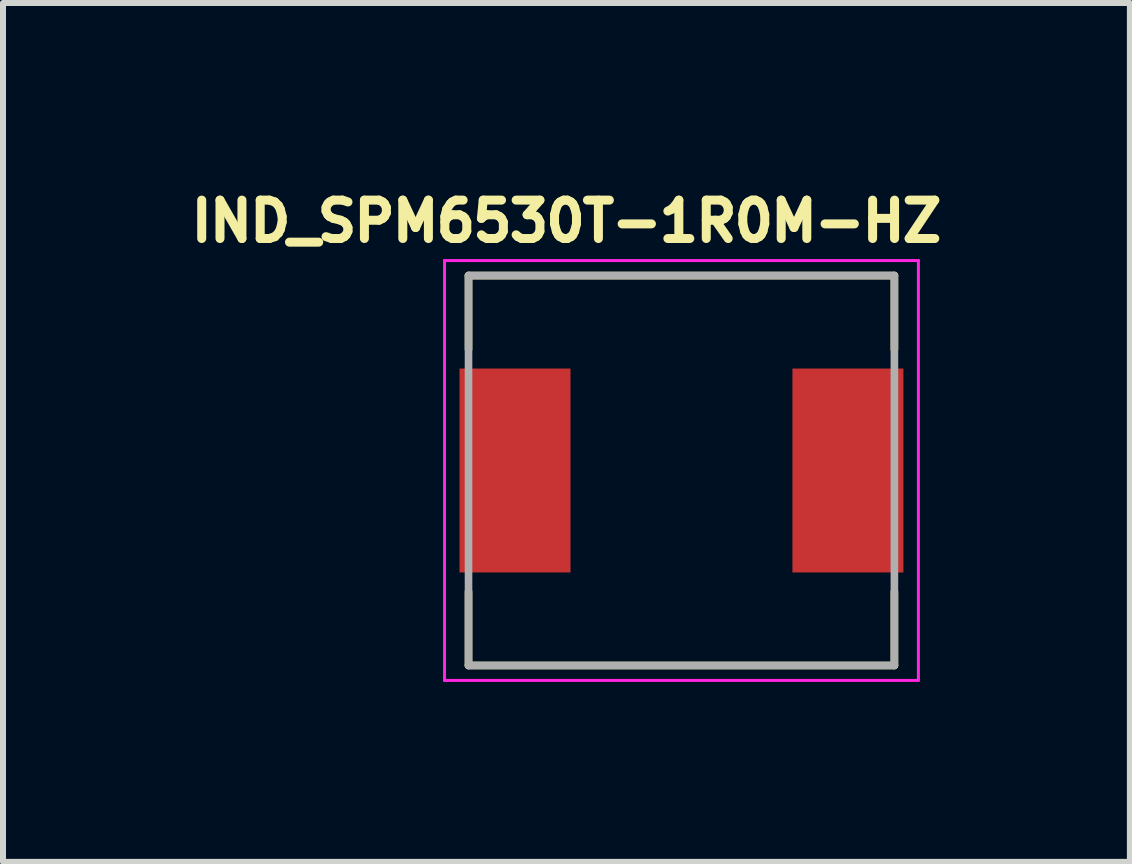
<source format=kicad_pcb>
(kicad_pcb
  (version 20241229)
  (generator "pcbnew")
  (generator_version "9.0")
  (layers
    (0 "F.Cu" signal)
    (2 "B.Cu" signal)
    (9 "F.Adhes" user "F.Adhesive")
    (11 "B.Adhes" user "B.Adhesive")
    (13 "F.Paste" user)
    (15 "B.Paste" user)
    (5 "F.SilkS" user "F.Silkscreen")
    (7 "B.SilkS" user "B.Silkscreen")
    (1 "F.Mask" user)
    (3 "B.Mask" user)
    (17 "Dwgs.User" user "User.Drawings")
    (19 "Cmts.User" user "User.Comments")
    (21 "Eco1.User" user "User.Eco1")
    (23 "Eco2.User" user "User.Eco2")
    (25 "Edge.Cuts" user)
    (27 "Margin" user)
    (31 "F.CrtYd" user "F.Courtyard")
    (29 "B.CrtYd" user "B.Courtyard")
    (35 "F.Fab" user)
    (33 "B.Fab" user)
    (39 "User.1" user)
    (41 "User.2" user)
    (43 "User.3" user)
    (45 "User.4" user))
  (footprint "IND_SPM6530T-1R0M-HZ"
    (layer "F.Cu")
    (at 8.311 4.794)
    (property "Reference" "IND_SPM6530T-1R0M-HZ" (at -1.918 -4.156 0) (layer "F.SilkS") (effects (font (size 0.64 0.64) (thickness 0.15))))
    (attr smd)
    (fp_line (start -3.55 -3.25) (end -3.55 -2.02) (stroke (width 0.127) (type solid)) (layer "F.SilkS"))
    (fp_line (start -3.55 -3.25) (end 3.55 -3.25) (stroke (width 0.127) (type solid)) (layer "F.SilkS"))
    (fp_line (start -3.55 3.25) (end -3.55 2.02) (stroke (width 0.127) (type solid)) (layer "F.SilkS"))
    (fp_line (start -3.55 3.25) (end 3.55 3.25) (stroke (width 0.127) (type solid)) (layer "F.SilkS"))
    (fp_line (start 3.55 -3.25) (end 3.55 -2.02) (stroke (width 0.127) (type solid)) (layer "F.SilkS"))
    (fp_line (start 3.55 3.25) (end 3.55 2.02) (stroke (width 0.127) (type solid)) (layer "F.SilkS"))
    (fp_line (start -3.95 -3.5) (end -3.95 3.5) (stroke (width 0.05) (type solid)) (layer "F.CrtYd"))
    (fp_line (start -3.95 3.5) (end 3.95 3.5) (stroke (width 0.05) (type solid)) (layer "F.CrtYd"))
    (fp_line (start 3.95 -3.5) (end -3.95 -3.5) (stroke (width 0.05) (type solid)) (layer "F.CrtYd"))
    (fp_line (start 3.95 3.5) (end 3.95 -3.5) (stroke (width 0.05) (type solid)) (layer "F.CrtYd"))
    (fp_line (start -3.55 -3.25) (end -3.55 3.25) (stroke (width 0.127) (type solid)) (layer "F.Fab"))
    (fp_line (start -3.55 -3.25) (end 3.55 -3.25) (stroke (width 0.127) (type solid)) (layer "F.Fab"))
    (fp_line (start -3.55 3.25) (end 3.55 3.25) (stroke (width 0.127) (type solid)) (layer "F.Fab"))
    (fp_line (start 3.55 -3.25) (end 3.55 3.25) (stroke (width 0.127) (type solid)) (layer "F.Fab"))
    (pad "1" smd rect (at -2.775 0) (size 1.85 3.4) (layers "F.Cu" "F.Mask" "F.Paste"))
    (pad "2" smd rect (at 2.775 0) (size 1.85 3.4) (layers "F.Cu" "F.Mask" "F.Paste")))
  (gr_rect
    (start -3 -3)
    (end 15.787 11.319)
    (stroke (width 0.1) (type default))
    (fill no)
    (layer "Edge.Cuts")))
</source>
